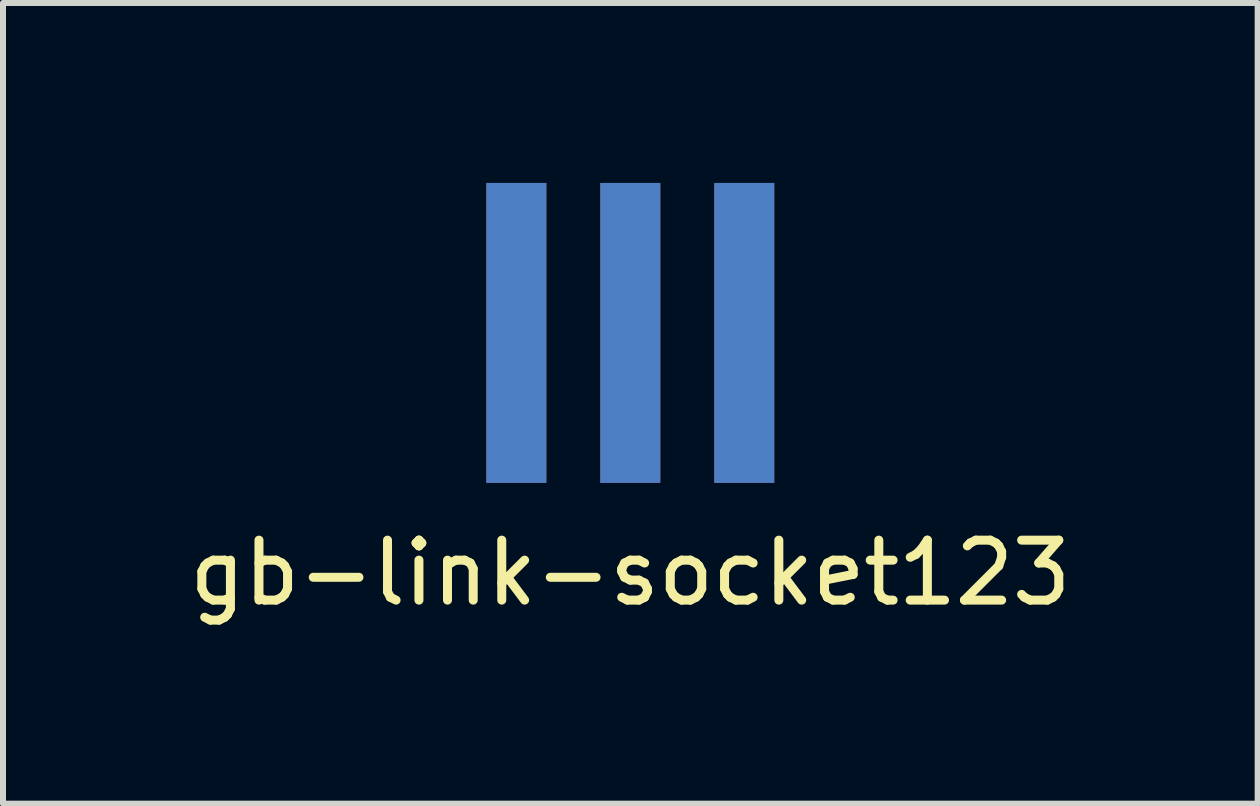
<source format=kicad_pcb>
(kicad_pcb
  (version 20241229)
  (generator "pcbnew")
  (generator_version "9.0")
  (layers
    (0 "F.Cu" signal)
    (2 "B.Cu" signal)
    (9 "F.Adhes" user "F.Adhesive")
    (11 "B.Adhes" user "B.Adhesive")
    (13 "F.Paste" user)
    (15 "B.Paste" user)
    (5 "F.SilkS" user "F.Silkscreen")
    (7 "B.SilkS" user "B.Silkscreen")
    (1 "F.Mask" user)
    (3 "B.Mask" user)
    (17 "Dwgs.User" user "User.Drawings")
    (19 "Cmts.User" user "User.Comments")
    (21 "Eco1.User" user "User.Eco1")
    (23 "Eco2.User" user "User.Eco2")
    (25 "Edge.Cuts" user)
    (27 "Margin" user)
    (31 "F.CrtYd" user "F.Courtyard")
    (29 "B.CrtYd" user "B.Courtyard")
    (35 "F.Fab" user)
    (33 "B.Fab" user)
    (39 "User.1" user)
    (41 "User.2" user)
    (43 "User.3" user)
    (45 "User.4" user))
  (footprint "gb-link-socket123"
    (layer "F.Cu")
    (at 7.458 2.5)
    (property "Reference" "gb-link-socket123" (at 0 4 0) (layer "F.SilkS") (effects (font (size 1 1) (thickness 0.15))))
    (attr through_hole)
    (pad "1" connect rect (at -1.9 0) (size 1 5) (layers "B.Cu" "B.Mask"))
    (pad "2" connect rect (at -1.9 0) (size 1 5) (layers "F.Cu" "F.Mask"))
    (pad "3" connect rect (at 0 0) (size 1 5) (layers "B.Cu" "B.Mask"))
    (pad "4" connect rect (at 0 0) (size 1 5) (layers "F.Cu" "F.Mask"))
    (pad "5" connect rect (at 1.9 0) (size 1 5) (layers "B.Cu" "B.Mask"))
    (pad "6" connect rect (at 1.9 0) (size 1 5) (layers "F.Cu" "F.Mask")))
  (gr_rect
    (start -3 -3)
    (end 17.917 10.348)
    (stroke (width 0.1) (type default))
    (fill no)
    (layer "Edge.Cuts")))
</source>
